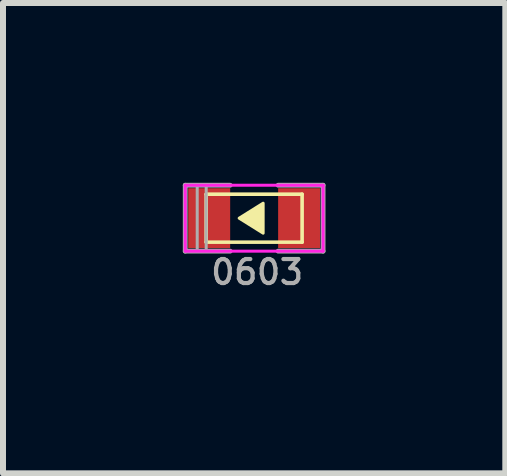
<source format=kicad_pcb>
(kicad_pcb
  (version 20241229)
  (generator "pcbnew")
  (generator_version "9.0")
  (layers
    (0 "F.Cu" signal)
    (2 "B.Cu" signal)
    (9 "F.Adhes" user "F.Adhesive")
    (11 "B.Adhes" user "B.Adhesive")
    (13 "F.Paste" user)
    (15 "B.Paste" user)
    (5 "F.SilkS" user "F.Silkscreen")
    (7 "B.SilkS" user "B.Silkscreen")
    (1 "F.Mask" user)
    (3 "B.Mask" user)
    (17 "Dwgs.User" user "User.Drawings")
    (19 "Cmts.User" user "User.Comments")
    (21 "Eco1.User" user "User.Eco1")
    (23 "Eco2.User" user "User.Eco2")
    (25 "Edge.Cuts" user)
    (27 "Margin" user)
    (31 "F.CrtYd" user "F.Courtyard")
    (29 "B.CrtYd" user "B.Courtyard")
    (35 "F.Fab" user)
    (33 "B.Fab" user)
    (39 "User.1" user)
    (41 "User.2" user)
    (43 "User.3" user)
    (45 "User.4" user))
  (footprint "0603"
    (layer "F.Cu")
    (at 1.19 0.59)
    (property "Reference" "0603" (at 0.05 0.9 0) (layer "F.Fab") (effects (font (size 0.4 0.4) (thickness 0.07))))
    (attr smd)
    (fp_line (start -0.8 -0.4) (end -0.8 0.4) (stroke (width 0.06) (type solid)) (layer "F.SilkS"))
    (fp_line (start -0.8 0.4) (end 0.8 0.4) (stroke (width 0.06) (type solid)) (layer "F.SilkS"))
    (fp_line (start 0.8 -0.4) (end -0.8 -0.4) (stroke (width 0.06) (type solid)) (layer "F.SilkS"))
    (fp_line (start 0.8 0.4) (end 0.8 -0.4) (stroke (width 0.06) (type solid)) (layer "F.SilkS"))
    (fp_poly (pts (xy 0.15 0.25) (xy -0.25 0) (xy 0.15 -0.25)) (stroke (width 0.05) (type solid)) (fill yes) (layer "F.SilkS"))
    (fp_line (start -1.15 -0.55) (end 1.15 -0.55) (stroke (width 0.05) (type solid)) (layer "F.CrtYd"))
    (fp_line (start -1.15 0.55) (end -1.15 -0.55) (stroke (width 0.05) (type solid)) (layer "F.CrtYd"))
    (fp_line (start 1.15 -0.55) (end 1.15 0.55) (stroke (width 0.05) (type solid)) (layer "F.CrtYd"))
    (fp_line (start 1.15 0.55) (end -1.15 0.55) (stroke (width 0.05) (type solid)) (layer "F.CrtYd"))
    (fp_line (start -1.15 -0.55) (end -1.15 0.55) (stroke (width 0.08) (type solid)) (layer "F.Fab"))
    (fp_line (start -1.15 0.55) (end -0.4 0.55) (stroke (width 0.08) (type solid)) (layer "F.Fab"))
    (fp_line (start -0.4 -0.55) (end -1.15 -0.55) (stroke (width 0.08) (type solid)) (layer "F.Fab"))
    (fp_line (start 0.4 -0.55) (end 1.15 -0.55) (stroke (width 0.08) (type solid)) (layer "F.Fab"))
    (fp_line (start 1.15 -0.55) (end 1.15 0.55) (stroke (width 0.08) (type solid)) (layer "F.Fab"))
    (fp_line (start 1.15 0.55) (end 0.4 0.55) (stroke (width 0.08) (type solid)) (layer "F.Fab"))
    (fp_poly (pts (xy -0.8 0.55) (xy -0.95 0.55) (xy -0.95 -0.55) (xy -0.8 -0.55)) (stroke (width 0.05) (type solid)) (fill no) (layer "F.Fab"))
    (pad "1" smd rect (at -0.75 0) (size 0.7 1) (layers "F.Cu" "F.Mask" "F.Paste"))
    (pad "2" smd rect (at 0.75 0) (size 0.7 1) (layers "F.Cu" "F.Mask" "F.Paste")))
  (gr_rect
    (start -3 -3)
    (end 5.38 4.847)
    (stroke (width 0.1) (type default))
    (fill no)
    (layer "Edge.Cuts")))
</source>
